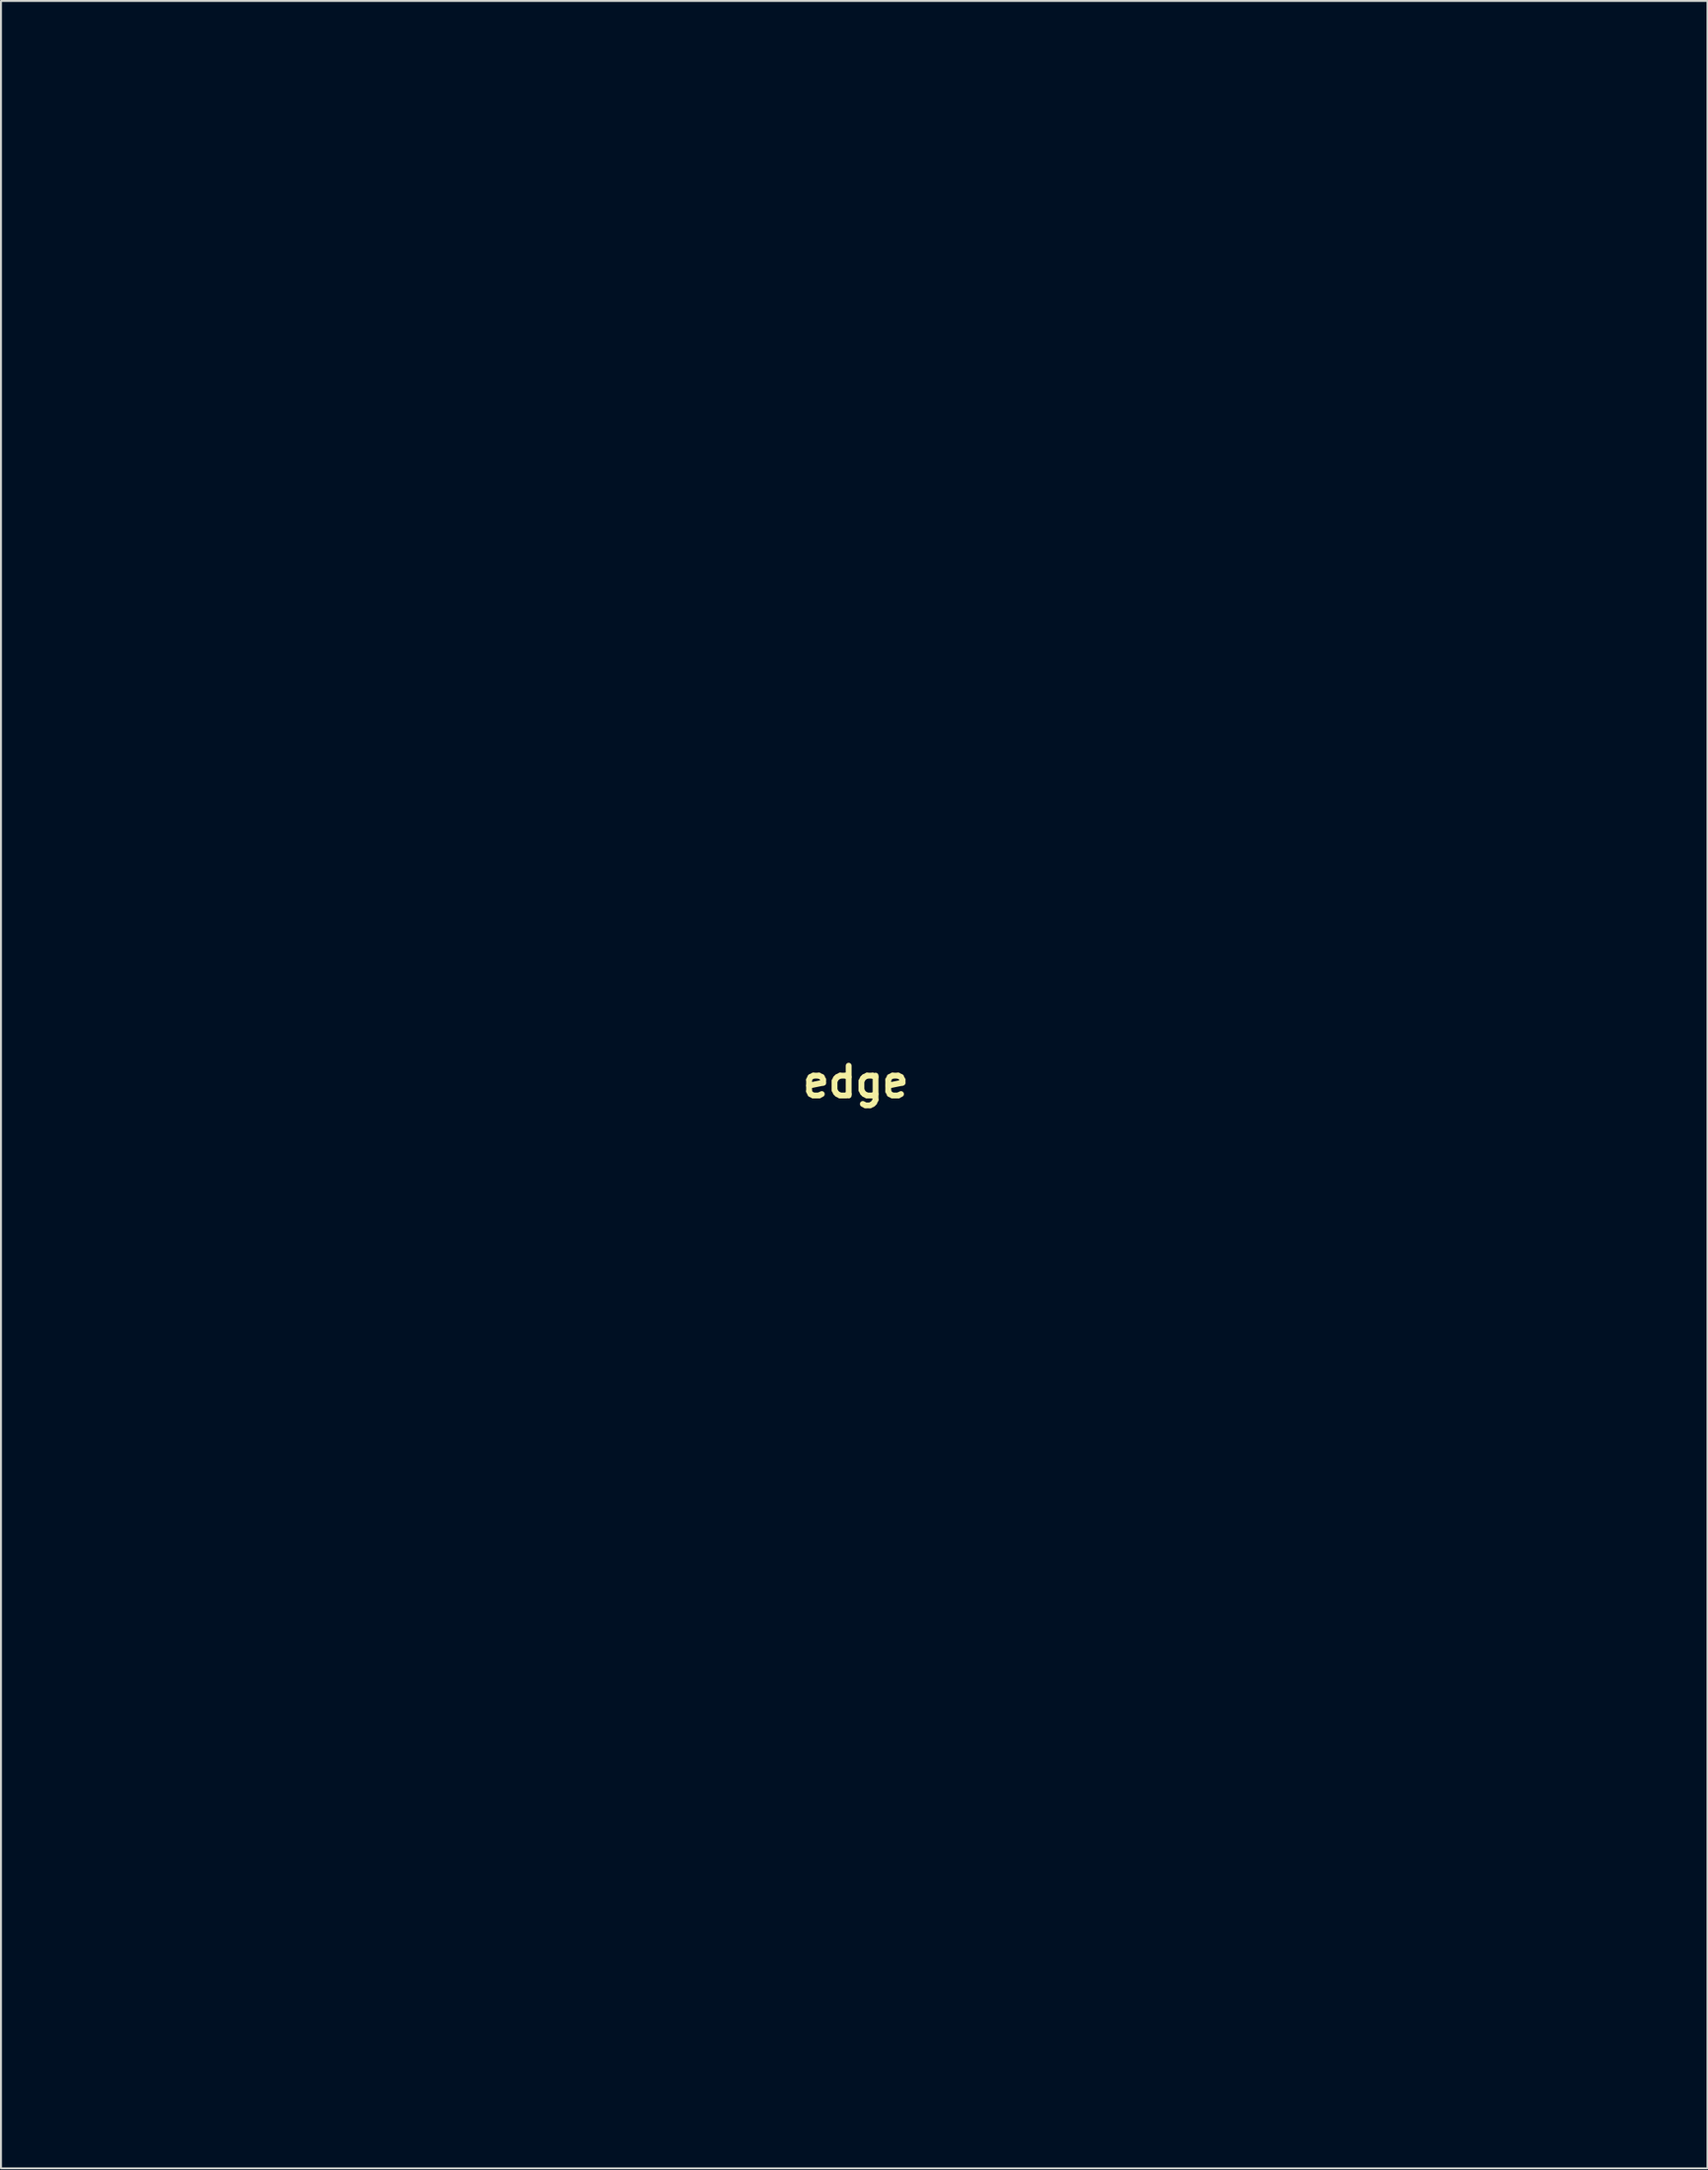
<source format=kicad_pcb>
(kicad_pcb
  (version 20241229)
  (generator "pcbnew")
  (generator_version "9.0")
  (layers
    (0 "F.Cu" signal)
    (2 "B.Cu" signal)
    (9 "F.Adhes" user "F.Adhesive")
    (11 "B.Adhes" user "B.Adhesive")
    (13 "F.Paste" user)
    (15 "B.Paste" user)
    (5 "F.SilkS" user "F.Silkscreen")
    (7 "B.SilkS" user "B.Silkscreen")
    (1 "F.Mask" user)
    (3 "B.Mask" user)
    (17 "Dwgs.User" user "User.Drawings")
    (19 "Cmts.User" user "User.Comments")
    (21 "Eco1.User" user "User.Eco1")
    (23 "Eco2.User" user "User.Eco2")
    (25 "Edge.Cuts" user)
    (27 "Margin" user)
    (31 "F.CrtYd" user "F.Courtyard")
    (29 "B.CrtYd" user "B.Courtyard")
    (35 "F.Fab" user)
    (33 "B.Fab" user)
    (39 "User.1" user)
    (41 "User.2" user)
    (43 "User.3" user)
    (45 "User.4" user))
  (footprint "edge"
    (layer "F.Cu")
    (at 40.842 52.43)
    (property "Reference" "edge" (at 0 0 0) (layer "F.SilkS") (effects (font (size 1.524 1.524) (thickness 0.3))))
    (attr board_only exclude_from_pos_files exclude_from_bom)
    (fp_poly (pts (xy 12.318 -52.363) (xy 13.727 -52.082) (xy 14.924 -51.451) (xy 15.996 -50.409) (xy 17.026 -48.893) (xy 17.052 -48.848) (xy 17.842 -47.647) (xy 18.83 -46.363) (xy 19.807 -45.267) (xy 19.838 -45.237) (xy 21.675 -43.068) (xy 23.155 -40.633) (xy 24.057 -38.481) (xy 24.613 -36.811) (xy 25.593 -37.032) (xy 26.612 -37.505) (xy 27.228 -38.09) (xy 28.368 -39.125) (xy 29.814 -39.778) (xy 31.343 -39.991) (xy 32.985 -39.804) (xy 34.341 -39.22) (xy 35.448 -38.206) (xy 36.348 -36.728) (xy 36.912 -35.287) (xy 37.379 -34.027) (xy 37.938 -32.745) (xy 38.476 -31.699) (xy 38.526 -31.615) (xy 39.361 -30.108) (xy 39.955 -28.711) (xy 40.342 -27.277) (xy 40.557 -25.66) (xy 40.635 -23.713) (xy 40.636 -22.833) (xy 40.612 -19.05) (xy 34.887 0) (xy 33.93 3.181) (xy 32.997 6.275) (xy 32.104 9.234) (xy 31.265 12.007) (xy 30.495 14.548) (xy 29.809 16.805) (xy 29.222 18.731) (xy 28.748 20.277) (xy 28.402 21.392) (xy 28.229 21.942) (xy 27.721 23.632) (xy 27.309 25.288) (xy 26.98 27.006) (xy 26.719 28.885) (xy 26.513 31.023) (xy 26.349 33.517) (xy 26.227 36.088) (xy 26.139 37.933) (xy 26.035 39.657) (xy 25.922 41.167) (xy 25.808 42.367) (xy 25.7 43.164) (xy 25.655 43.369) (xy 24.735 45.624) (xy 23.395 47.646) (xy 21.706 49.364) (xy 19.741 50.709) (xy 17.569 51.61) (xy 17.159 51.72) (xy 15.715 51.993) (xy 13.796 52.223) (xy 11.465 52.408) (xy 8.786 52.543) (xy 5.822 52.625) (xy 2.638 52.649) (xy 1.606 52.644) (xy -0.268 52.627) (xy -2.031 52.606) (xy -3.586 52.581) (xy -4.839 52.555) (xy -5.694 52.529) (xy -5.945 52.516) (xy -8.458 52.338) (xy -10.725 52.155) (xy -12.682 51.974) (xy -14.264 51.801) (xy -15.405 51.642) (xy -15.807 51.566) (xy -18.118 50.785) (xy -20.202 49.549) (xy -22 47.915) (xy -23.452 45.941) (xy -24.499 43.685) (xy -24.762 42.829) (xy -24.928 41.858) (xy -25.046 40.392) (xy -25.112 38.473) (xy -25.127 36.884) (xy -25.207 33.241) (xy -25.45 30.017) (xy -25.874 27.111) (xy -26.496 24.421) (xy -27.334 21.846) (xy -27.971 20.26) (xy -28.287 19.512) (xy -28.782 18.331) (xy -29.427 16.784) (xy -30.195 14.938) (xy -31.058 12.858) (xy -31.987 10.612) (xy -32.957 8.267) (xy -33.374 7.257) (xy -34.349 4.905) (xy -35.296 2.638) (xy -36.188 0.521) (xy -36.998 -1.382) (xy -37.698 -3.007) (xy -38.261 -4.289) (xy -38.659 -5.164) (xy -38.777 -5.407) (xy -39.945 -8.292) (xy -40.618 -11.28) (xy -40.69 -12.542) (xy -40.219 -12.542) (xy -39.739 -9.531) (xy -38.757 -6.55) (xy -38.153 -5.234) (xy -37.807 -4.499) (xy -37.289 -3.333) (xy -36.628 -1.807) (xy -35.854 0.007) (xy -34.999 2.039) (xy -34.09 4.22) (xy -33.16 6.477) (xy -33.101 6.62) (xy -32.162 8.908) (xy -31.238 11.147) (xy -30.36 13.264) (xy -29.561 15.182) (xy -28.87 16.828) (xy -28.321 18.124) (xy -27.943 18.997) (xy -27.937 19.01) (xy -27.071 21.057) (xy -26.373 22.949) (xy -25.823 24.788) (xy -25.401 26.675) (xy -25.088 28.712) (xy -24.865 31.001) (xy -24.711 33.641) (xy -24.621 36.209) (xy -24.439 42.829) (xy -23.586 44.645) (xy -22.335 46.725) (xy -20.714 48.489) (xy -18.801 49.873) (xy -16.671 50.813) (xy -15.943 51.013) (xy -15.151 51.153) (xy -13.905 51.314) (xy -12.292 51.487) (xy -10.397 51.665) (xy -8.307 51.838) (xy -6.485 51.972) (xy -5.276 52.03) (xy -3.634 52.07) (xy -1.67 52.094) (xy 0.508 52.103) (xy 2.792 52.096) (xy 5.073 52.074) (xy 7.243 52.039) (xy 9.193 51.99) (xy 10.814 51.929) (xy 11.903 51.863) (xy 13.368 51.735) (xy 14.748 51.591) (xy 15.896 51.449) (xy 16.666 51.325) (xy 16.721 51.314) (xy 18.814 50.591) (xy 20.788 49.408) (xy 22.26 48.109) (xy 23.175 47.083) (xy 23.91 46.073) (xy 24.488 45.003) (xy 24.929 43.796) (xy 25.254 42.375) (xy 25.486 40.663) (xy 25.644 38.583) (xy 25.751 36.058) (xy 25.771 35.398) (xy 25.867 32.769) (xy 26.009 30.537) (xy 26.219 28.558) (xy 26.522 26.689) (xy 26.94 24.788) (xy 27.497 22.709) (xy 28.216 20.312) (xy 28.23 20.266) (xy 28.568 19.169) (xy 29.043 17.614) (xy 29.637 15.66) (xy 30.332 13.366) (xy 31.111 10.792) (xy 31.955 7.996) (xy 32.846 5.039) (xy 33.768 1.979) (xy 34.7 -1.123) (xy 34.89 -1.756) (xy 40.083 -19.05) (xy 40.1 -22.833) (xy 40.062 -24.939) (xy 39.902 -26.66) (xy 39.585 -28.142) (xy 39.075 -29.534) (xy 38.335 -30.984) (xy 37.966 -31.615) (xy 37.401 -32.689) (xy 36.839 -33.976) (xy 36.471 -34.993) (xy 35.745 -36.802) (xy 34.852 -38.121) (xy 33.753 -38.986) (xy 32.408 -39.432) (xy 31.353 -39.513) (xy 29.832 -39.291) (xy 28.534 -38.599) (xy 27.654 -37.741) (xy 26.73 -36.953) (xy 25.57 -36.507) (xy 24.809 -36.337) (xy 24.31 -36.257) (xy 24.205 -36.264) (xy 24.108 -36.544) (xy 23.905 -37.194) (xy 23.671 -37.965) (xy 22.655 -40.491) (xy 21.187 -42.885) (xy 19.536 -44.819) (xy 18.57 -45.885) (xy 17.602 -47.11) (xy 16.822 -48.253) (xy 16.74 -48.391) (xy 15.72 -49.91) (xy 14.69 -50.951) (xy 13.576 -51.571) (xy 12.45 -51.818) (xy 10.931 -51.79) (xy 9.644 -51.35) (xy 8.46 -50.444) (xy 8.043 -50.003) (xy 6.925 -48.965) (xy 5.839 -48.379) (xy 5.81 -48.369) (xy 3.503 -47.39) (xy 1.263 -45.928) (xy -0.431 -44.439) (xy -2.347 -42.534) (xy -3.5 -43.419) (xy -4.917 -44.355) (xy -6.55 -45.194) (xy -8.241 -45.87) (xy -9.829 -46.32) (xy -11.079 -46.479) (xy -11.69 -46.682) (xy -12.332 -47.319) (xy -12.537 -47.594) (xy -13.63 -48.72) (xy -14.951 -49.427) (xy -16.392 -49.702) (xy -17.846 -49.534) (xy -19.203 -48.91) (xy -19.817 -48.418) (xy -20.582 -47.56) (xy -21.103 -46.598) (xy -21.47 -45.347) (xy -21.58 -44.799) (xy -21.831 -43.822) (xy -22.247 -42.939) (xy -22.93 -41.954) (xy -23.241 -41.562) (xy -24.929 -39.077) (xy -26.133 -36.417) (xy -26.833 -33.636) (xy -27.017 -31.306) (xy -27.052 -30.272) (xy -27.165 -29.666) (xy -27.381 -29.38) (xy -27.449 -29.347) (xy -28.094 -29.201) (xy -28.711 -29.344) (xy -29.469 -29.827) (xy -29.746 -30.044) (xy -31.019 -30.755) (xy -32.452 -31.053) (xy -33.914 -30.952) (xy -35.273 -30.47) (xy -36.396 -29.62) (xy -36.716 -29.23) (xy -37.314 -28.01) (xy -37.69 -26.386) (xy -37.823 -24.493) (xy -37.929 -23.235) (xy -38.282 -22.028) (xy -38.633 -21.227) (xy -39.668 -18.444) (xy -40.196 -15.532) (xy -40.219 -12.542) (xy -40.69 -12.542) (xy -40.792 -14.303) (xy -40.465 -17.291) (xy -39.636 -20.178) (xy -39.249 -21.104) (xy -38.744 -22.426) (xy -38.432 -23.818) (xy -38.277 -25.219) (xy -38.105 -26.833) (xy -37.839 -28.041) (xy -37.426 -28.976) (xy -36.811 -29.772) (xy -36.2 -30.344) (xy -34.784 -31.226) (xy -33.235 -31.613) (xy -31.642 -31.502) (xy -30.094 -30.89) (xy -29.591 -30.565) (xy -28.665 -29.953) (xy -28.067 -29.734) (xy -27.728 -29.929) (xy -27.582 -30.564) (xy -27.557 -31.277) (xy -27.3 -33.969) (xy -26.58 -36.654) (xy -25.449 -39.196) (xy -23.958 -41.456) (xy -23.561 -41.932) (xy -22.816 -42.845) (xy -22.372 -43.588) (xy -22.13 -44.355) (xy -22.046 -44.866) (xy -21.586 -46.652) (xy -20.749 -48.137) (xy -19.585 -49.263) (xy -18.146 -49.972) (xy -17.38 -50.146) (xy -15.792 -50.162) (xy -14.354 -49.691) (xy -13.001 -48.708) (xy -12.696 -48.409) (xy -11.9 -47.659) (xy -11.174 -47.205) (xy -10.269 -46.91) (xy -9.761 -46.797) (xy -7.123 -46.003) (xy -4.649 -44.775) (xy -3.724 -44.163) (xy -2.391 -43.205) (xy -0.652 -44.944) (xy 1.09 -46.432) (xy 3.091 -47.723) (xy 5.141 -48.688) (xy 5.703 -48.884) (xy 6.577 -49.357) (xy 7.438 -50.147) (xy 7.566 -50.3) (xy 8.832 -51.474) (xy 10.335 -52.177) (xy 12.014 -52.38)) (stroke (width 0.1) (type solid)) (fill no) (layer "Eco1.User")))
  (gr_rect
    (start -3 -3)
    (end 84.528 108.129)
    (stroke (width 0.1) (type default))
    (fill no)
    (layer "Edge.Cuts")))
</source>
